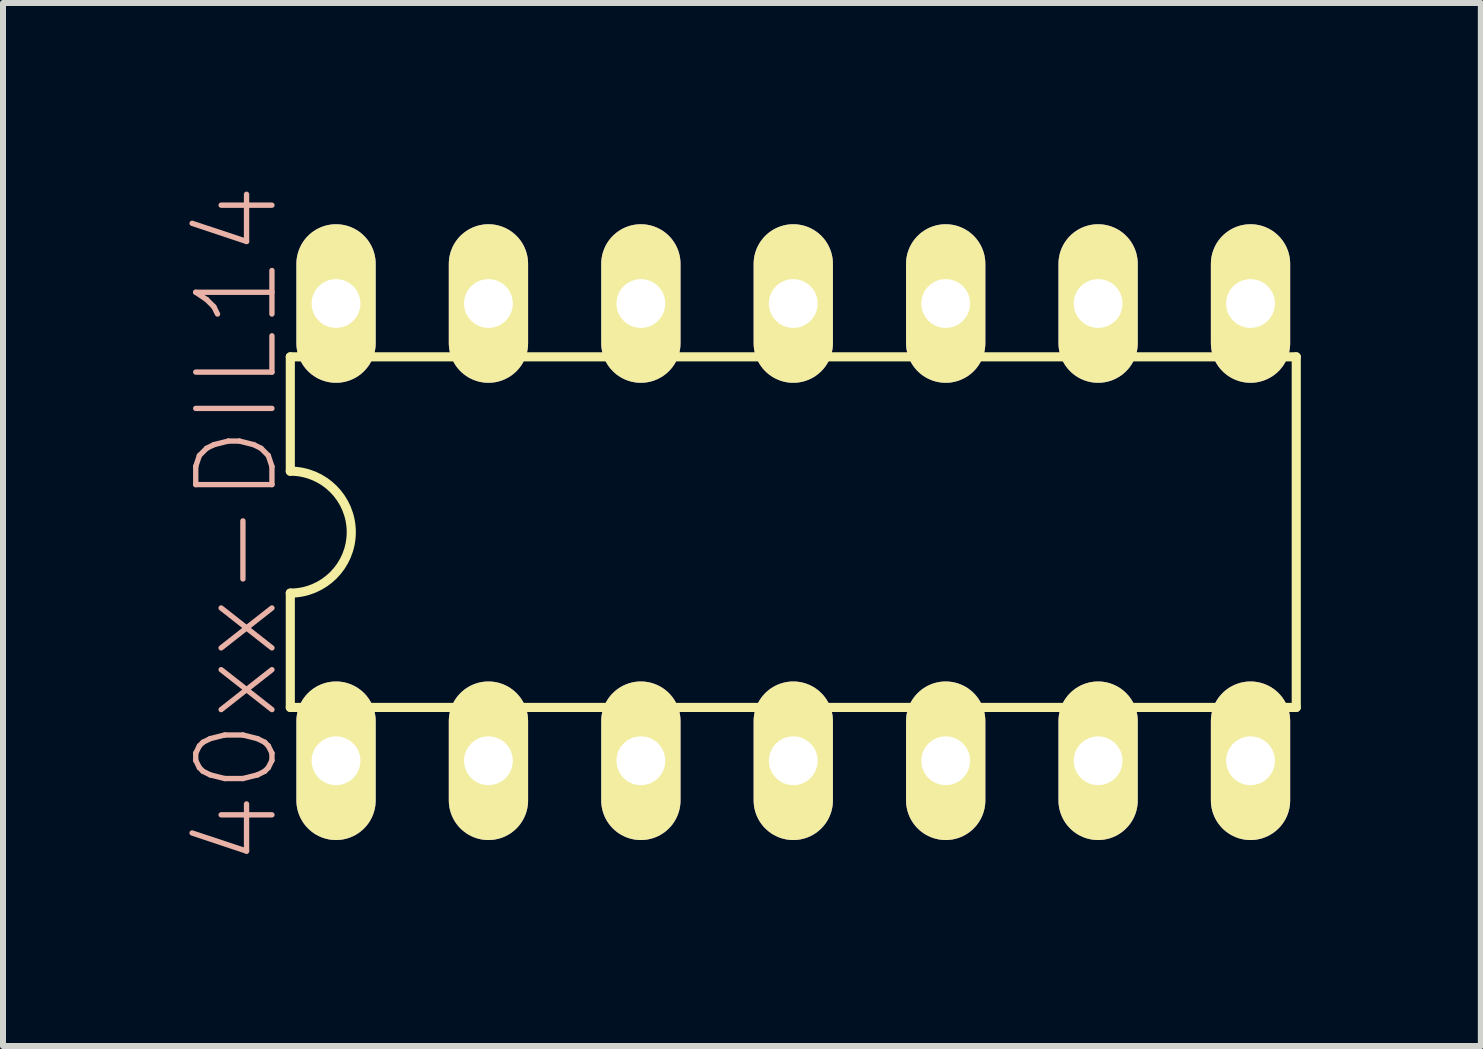
<source format=kicad_pcb>
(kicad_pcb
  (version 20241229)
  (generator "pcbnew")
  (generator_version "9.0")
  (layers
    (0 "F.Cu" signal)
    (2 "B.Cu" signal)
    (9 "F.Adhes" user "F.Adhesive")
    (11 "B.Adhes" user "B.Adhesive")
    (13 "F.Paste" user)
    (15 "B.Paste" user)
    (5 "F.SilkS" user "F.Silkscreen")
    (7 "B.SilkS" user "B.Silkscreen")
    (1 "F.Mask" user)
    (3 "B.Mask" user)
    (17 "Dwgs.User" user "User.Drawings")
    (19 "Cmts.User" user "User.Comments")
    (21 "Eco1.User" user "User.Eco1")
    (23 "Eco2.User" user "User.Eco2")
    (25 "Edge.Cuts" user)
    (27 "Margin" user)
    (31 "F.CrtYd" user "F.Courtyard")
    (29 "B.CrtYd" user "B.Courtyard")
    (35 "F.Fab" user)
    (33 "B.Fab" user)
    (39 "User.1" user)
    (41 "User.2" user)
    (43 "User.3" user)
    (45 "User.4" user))
  (footprint "40xx-DIL14"
    (layer "F.Cu")
    (at 10.17 5.818)
    (property "Reference" "40xx-DIL14" (at -9.271 -0.127 90) (layer "B.SilkS") (effects (font (size 1.27 1.27) (thickness 0.089))))
    (attr exclude_from_pos_files exclude_from_bom)
    (fp_line (start -8.382 -2.921) (end -8.382 -1.016) (stroke (width 0.152) (type solid)) (layer "F.SilkS"))
    (fp_line (start -8.382 2.921) (end -8.382 1.016) (stroke (width 0.152) (type solid)) (layer "F.SilkS"))
    (fp_line (start -8.382 2.921) (end 8.382 2.921) (stroke (width 0.152) (type solid)) (layer "F.SilkS"))
    (fp_line (start 8.382 -2.921) (end -8.382 -2.921) (stroke (width 0.152) (type solid)) (layer "F.SilkS"))
    (fp_line (start 8.382 -2.921) (end 8.382 2.921) (stroke (width 0.152) (type solid)) (layer "F.SilkS"))
    (fp_arc (start -8.382 -1.016) (mid -7.366 0) (end -8.382 1.016) (stroke (width 0.1524) (type solid)) (layer "F.SilkS"))
    (pad "1" thru_hole oval (at -7.62 3.81) (size 1.321 2.642) (drill 0.813) (layers "*.Cu" "F.Mask" "F.SilkS" "F.Paste"))
    (pad "2" thru_hole oval (at -5.08 3.81) (size 1.321 2.642) (drill 0.813) (layers "*.Cu" "F.Mask" "F.SilkS" "F.Paste"))
    (pad "3" thru_hole oval (at -2.54 3.81) (size 1.321 2.642) (drill 0.813) (layers "*.Cu" "F.Mask" "F.SilkS" "F.Paste"))
    (pad "4" thru_hole oval (at 0 3.81) (size 1.321 2.642) (drill 0.813) (layers "*.Cu" "F.Mask" "F.SilkS" "F.Paste"))
    (pad "5" thru_hole oval (at 2.54 3.81) (size 1.321 2.642) (drill 0.813) (layers "*.Cu" "F.Mask" "F.SilkS" "F.Paste"))
    (pad "6" thru_hole oval (at 5.08 3.81) (size 1.321 2.642) (drill 0.813) (layers "*.Cu" "F.Mask" "F.SilkS" "F.Paste"))
    (pad "7" thru_hole oval (at 7.62 3.81) (size 1.321 2.642) (drill 0.813) (layers "*.Cu" "F.Mask" "F.SilkS" "F.Paste"))
    (pad "8" thru_hole oval (at 7.62 -3.81) (size 1.321 2.642) (drill 0.813) (layers "*.Cu" "F.Mask" "F.SilkS" "F.Paste"))
    (pad "9" thru_hole oval (at 5.08 -3.81) (size 1.321 2.642) (drill 0.813) (layers "*.Cu" "F.Mask" "F.SilkS" "F.Paste"))
    (pad "10" thru_hole oval (at 2.54 -3.81) (size 1.321 2.642) (drill 0.813) (layers "*.Cu" "F.Mask" "F.SilkS" "F.Paste"))
    (pad "11" thru_hole oval (at 0 -3.81) (size 1.321 2.642) (drill 0.813) (layers "*.Cu" "F.Mask" "F.SilkS" "F.Paste"))
    (pad "12" thru_hole oval (at -2.54 -3.81) (size 1.321 2.642) (drill 0.813) (layers "*.Cu" "F.Mask" "F.SilkS" "F.Paste"))
    (pad "13" thru_hole oval (at -5.08 -3.81) (size 1.321 2.642) (drill 0.813) (layers "*.Cu" "F.Mask" "F.SilkS" "F.Paste"))
    (pad "14" thru_hole oval (at -7.62 -3.81) (size 1.321 2.642) (drill 0.813) (layers "*.Cu" "F.Mask" "F.SilkS" "F.Paste")))
  (gr_rect
    (start -3 -3)
    (end 21.628 14.382)
    (stroke (width 0.1) (type default))
    (fill no)
    (layer "Edge.Cuts")))
</source>
